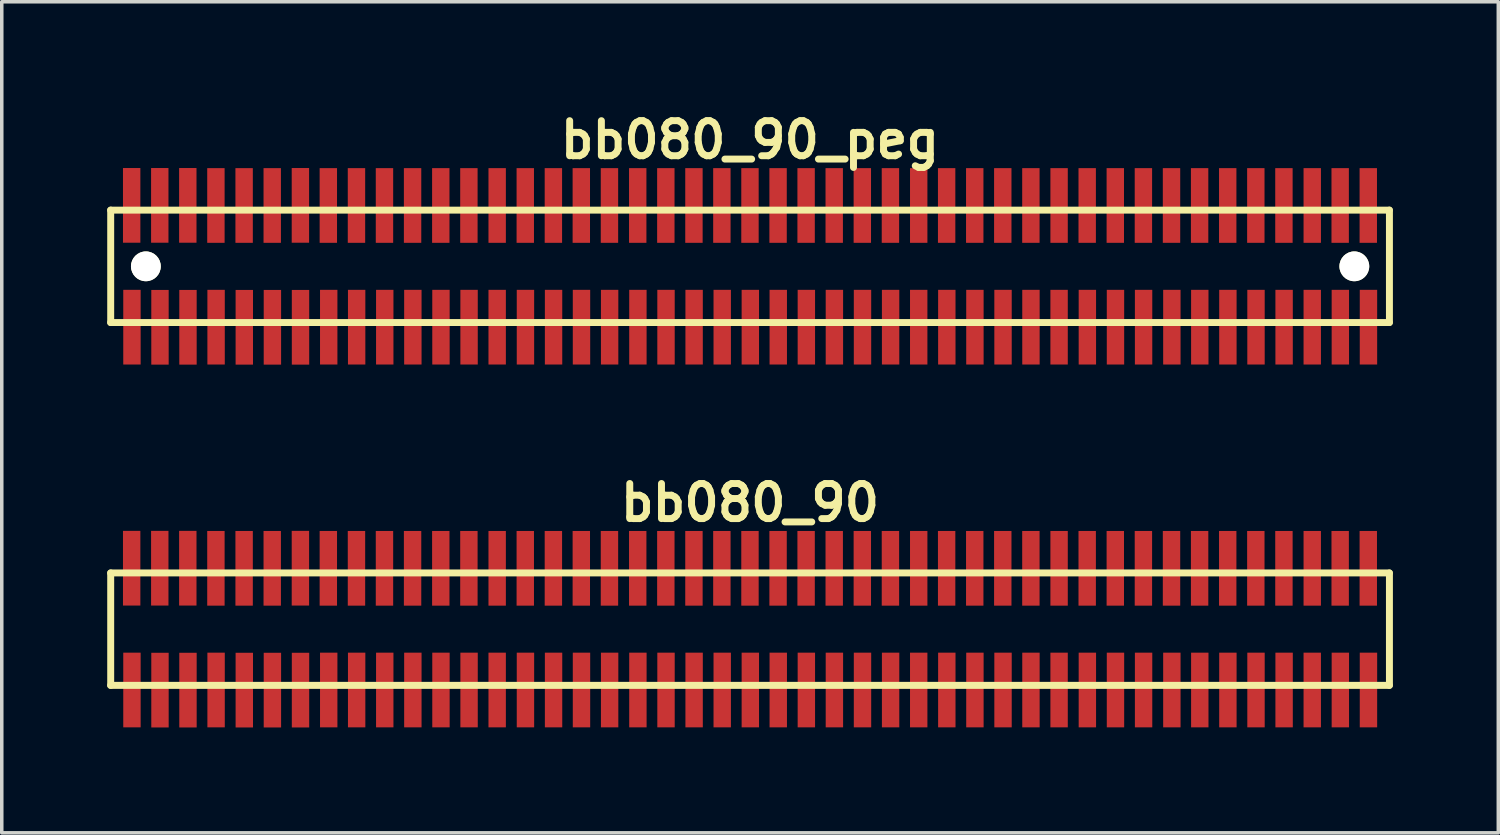
<source format=kicad_pcb>
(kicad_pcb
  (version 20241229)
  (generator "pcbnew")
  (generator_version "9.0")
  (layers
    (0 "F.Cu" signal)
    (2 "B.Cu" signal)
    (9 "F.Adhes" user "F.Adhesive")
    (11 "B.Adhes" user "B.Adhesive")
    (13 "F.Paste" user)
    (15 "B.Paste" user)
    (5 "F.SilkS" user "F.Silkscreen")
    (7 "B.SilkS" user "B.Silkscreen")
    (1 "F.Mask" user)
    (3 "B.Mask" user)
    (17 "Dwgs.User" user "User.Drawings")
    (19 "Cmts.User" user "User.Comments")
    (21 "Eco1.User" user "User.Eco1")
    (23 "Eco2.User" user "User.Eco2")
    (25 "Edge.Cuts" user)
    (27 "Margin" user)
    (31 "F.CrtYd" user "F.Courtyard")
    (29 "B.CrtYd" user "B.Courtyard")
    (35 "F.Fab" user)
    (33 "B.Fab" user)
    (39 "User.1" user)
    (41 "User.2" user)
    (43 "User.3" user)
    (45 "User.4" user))
  (footprint "bb080_90_peg"
    (layer "F.Cu")
    (at 18.298 4.531)
    (property "Reference" "bb080_90_peg" (at 0 -3.599 0) (layer "F.SilkS") (effects (font (size 0.998 0.998) (thickness 0.198))))
    (attr through_hole)
    (fp_line (start -18.199 -1.6) (end 18.199 -1.6) (stroke (width 0.198) (type solid)) (layer "F.SilkS"))
    (fp_line (start -18.197 -1.6) (end -18.197 1.6) (stroke (width 0.198) (type solid)) (layer "F.SilkS"))
    (fp_line (start 18.199 1.6) (end -18.199 1.6) (stroke (width 0.198) (type solid)) (layer "F.SilkS"))
    (fp_line (start 18.202 1.6) (end 18.202 -1.6) (stroke (width 0.198) (type solid)) (layer "F.SilkS"))
    (pad "" np_thru_hole circle (at -17.196 0) (size 0.848 0.848) (drill 0.848) (layers "*.Cu" "*.Mask" "F.SilkS"))
    (pad "" np_thru_hole circle (at 17.203 0) (size 0.848 0.848) (drill 0.848) (layers "*.Cu" "*.Mask" "F.SilkS"))
    (pad "1" smd rect (at -17.592 1.732) (size 0.495 2.126) (layers "F.Cu" "F.Mask" "F.Paste"))
    (pad "2" smd rect (at -17.6 -1.735) (size 0.495 2.126) (layers "F.Cu" "F.Mask" "F.Paste"))
    (pad "3" smd rect (at -16.794 1.735) (size 0.495 2.126) (layers "F.Cu" "F.Mask" "F.Paste"))
    (pad "4" smd rect (at -16.8 -1.735) (size 0.495 2.126) (layers "F.Cu" "F.Mask" "F.Paste"))
    (pad "5" smd rect (at -15.997 1.735) (size 0.495 2.126) (layers "F.Cu" "F.Mask" "F.Paste"))
    (pad "6" smd rect (at -16.002 -1.735) (size 0.495 2.126) (layers "F.Cu" "F.Mask" "F.Paste"))
    (pad "7" smd rect (at -15.197 1.732) (size 0.495 2.126) (layers "F.Cu" "F.Mask" "F.Paste"))
    (pad "8" smd rect (at -15.202 -1.732) (size 0.495 2.126) (layers "F.Cu" "F.Mask" "F.Paste"))
    (pad "9" smd rect (at -14.394 1.735) (size 0.495 2.126) (layers "F.Cu" "F.Mask" "F.Paste"))
    (pad "10" smd rect (at -14.399 -1.732) (size 0.495 2.126) (layers "F.Cu" "F.Mask" "F.Paste"))
    (pad "11" smd rect (at -13.594 1.735) (size 0.495 2.126) (layers "F.Cu" "F.Mask" "F.Paste"))
    (pad "12" smd rect (at -13.599 -1.732) (size 0.495 2.126) (layers "F.Cu" "F.Mask" "F.Paste"))
    (pad "13" smd rect (at -12.794 1.735) (size 0.495 2.126) (layers "F.Cu" "F.Mask" "F.Paste"))
    (pad "14" smd rect (at -12.797 -1.735) (size 0.495 2.126) (layers "F.Cu" "F.Mask" "F.Paste"))
    (pad "15" smd rect (at -11.991 1.732) (size 0.495 2.126) (layers "F.Cu" "F.Mask" "F.Paste"))
    (pad "16" smd rect (at -12.002 -1.732) (size 0.495 2.126) (layers "F.Cu" "F.Mask" "F.Paste"))
    (pad "17" smd rect (at -11.196 1.732) (size 0.495 2.126) (layers "F.Cu" "F.Mask" "F.Paste"))
    (pad "18" smd rect (at -11.201 -1.732) (size 0.495 2.126) (layers "F.Cu" "F.Mask" "F.Paste"))
    (pad "19" smd rect (at -10.396 1.732) (size 0.495 2.126) (layers "F.Cu" "F.Mask" "F.Paste"))
    (pad "20" smd rect (at -10.404 -1.732) (size 0.495 2.126) (layers "F.Cu" "F.Mask" "F.Paste"))
    (pad "21" smd rect (at -9.596 1.732) (size 0.495 2.126) (layers "F.Cu" "F.Mask" "F.Paste"))
    (pad "22" smd rect (at -9.604 -1.732) (size 0.495 2.126) (layers "F.Cu" "F.Mask" "F.Paste"))
    (pad "23" smd rect (at -8.796 1.732) (size 0.495 2.126) (layers "F.Cu" "F.Mask" "F.Paste"))
    (pad "24" smd rect (at -8.801 -1.732) (size 0.495 2.126) (layers "F.Cu" "F.Mask" "F.Paste"))
    (pad "25" smd rect (at -7.996 1.732) (size 0.495 2.126) (layers "F.Cu" "F.Mask" "F.Paste"))
    (pad "26" smd rect (at -8.001 -1.732) (size 0.495 2.126) (layers "F.Cu" "F.Mask" "F.Paste"))
    (pad "27" smd rect (at -7.196 1.732) (size 0.495 2.126) (layers "F.Cu" "F.Mask" "F.Paste"))
    (pad "28" smd rect (at -7.196 -1.732) (size 0.495 2.126) (layers "F.Cu" "F.Mask" "F.Paste"))
    (pad "29" smd rect (at -6.391 1.732) (size 0.495 2.126) (layers "F.Cu" "F.Mask" "F.Paste"))
    (pad "30" smd rect (at -6.396 -1.732) (size 0.495 2.126) (layers "F.Cu" "F.Mask" "F.Paste"))
    (pad "31" smd rect (at -5.591 1.732) (size 0.495 2.126) (layers "F.Cu" "F.Mask" "F.Paste"))
    (pad "32" smd rect (at -5.596 -1.732) (size 0.495 2.126) (layers "F.Cu" "F.Mask" "F.Paste"))
    (pad "33" smd rect (at -4.796 1.732) (size 0.495 2.126) (layers "F.Cu" "F.Mask" "F.Paste"))
    (pad "34" smd rect (at -4.801 -1.732) (size 0.495 2.126) (layers "F.Cu" "F.Mask" "F.Paste"))
    (pad "35" smd rect (at -3.995 1.732) (size 0.495 2.126) (layers "F.Cu" "F.Mask" "F.Paste"))
    (pad "36" smd rect (at -4 -1.732) (size 0.495 2.126) (layers "F.Cu" "F.Mask" "F.Paste"))
    (pad "37" smd rect (at -3.19 1.732) (size 0.495 2.126) (layers "F.Cu" "F.Mask" "F.Paste"))
    (pad "38" smd rect (at -3.195 -1.732) (size 0.495 2.126) (layers "F.Cu" "F.Mask" "F.Paste"))
    (pad "39" smd rect (at -2.39 1.732) (size 0.495 2.126) (layers "F.Cu" "F.Mask" "F.Paste"))
    (pad "40" smd rect (at -2.395 -1.732) (size 0.495 2.126) (layers "F.Cu" "F.Mask" "F.Paste"))
    (pad "41" smd rect (at -1.59 1.732) (size 0.495 2.126) (layers "F.Cu" "F.Mask" "F.Paste"))
    (pad "42" smd rect (at -1.595 -1.732) (size 0.495 2.126) (layers "F.Cu" "F.Mask" "F.Paste"))
    (pad "43" smd rect (at -0.79 1.732) (size 0.495 2.126) (layers "F.Cu" "F.Mask" "F.Paste"))
    (pad "44" smd rect (at -0.8 -1.732) (size 0.495 2.126) (layers "F.Cu" "F.Mask" "F.Paste"))
    (pad "45" smd rect (at 0.01 1.732) (size 0.495 2.126) (layers "F.Cu" "F.Mask" "F.Paste"))
    (pad "46" smd rect (at 0 -1.732) (size 0.495 2.126) (layers "F.Cu" "F.Mask" "F.Paste"))
    (pad "47" smd rect (at 0.805 1.732) (size 0.495 2.126) (layers "F.Cu" "F.Mask" "F.Paste"))
    (pad "48" smd rect (at 0.8 -1.732) (size 0.495 2.126) (layers "F.Cu" "F.Mask" "F.Paste"))
    (pad "49" smd rect (at 1.605 1.732) (size 0.495 2.126) (layers "F.Cu" "F.Mask" "F.Paste"))
    (pad "50" smd rect (at 1.598 -1.732) (size 0.495 2.126) (layers "F.Cu" "F.Mask" "F.Paste"))
    (pad "51" smd rect (at 2.403 1.732) (size 0.495 2.126) (layers "F.Cu" "F.Mask" "F.Paste"))
    (pad "52" smd rect (at 2.398 -1.732) (size 0.495 2.126) (layers "F.Cu" "F.Mask" "F.Paste"))
    (pad "53" smd rect (at 3.203 1.732) (size 0.495 2.126) (layers "F.Cu" "F.Mask" "F.Paste"))
    (pad "54" smd rect (at 3.198 -1.732) (size 0.495 2.126) (layers "F.Cu" "F.Mask" "F.Paste"))
    (pad "55" smd rect (at 4.003 1.732) (size 0.495 2.126) (layers "F.Cu" "F.Mask" "F.Paste"))
    (pad "56" smd rect (at 3.998 -1.732) (size 0.495 2.126) (layers "F.Cu" "F.Mask" "F.Paste"))
    (pad "57" smd rect (at 4.803 1.732) (size 0.495 2.126) (layers "F.Cu" "F.Mask" "F.Paste"))
    (pad "58" smd rect (at 4.803 -1.732) (size 0.495 2.126) (layers "F.Cu" "F.Mask" "F.Paste"))
    (pad "59" smd rect (at 5.603 1.732) (size 0.495 2.126) (layers "F.Cu" "F.Mask" "F.Paste"))
    (pad "60" smd rect (at 5.598 -1.732) (size 0.495 2.126) (layers "F.Cu" "F.Mask" "F.Paste"))
    (pad "61" smd rect (at 6.403 1.732) (size 0.495 2.126) (layers "F.Cu" "F.Mask" "F.Paste"))
    (pad "62" smd rect (at 6.398 -1.732) (size 0.495 2.126) (layers "F.Cu" "F.Mask" "F.Paste"))
    (pad "63" smd rect (at 7.203 1.732) (size 0.495 2.126) (layers "F.Cu" "F.Mask" "F.Paste"))
    (pad "64" smd rect (at 7.196 -1.732) (size 0.495 2.126) (layers "F.Cu" "F.Mask" "F.Paste"))
    (pad "65" smd rect (at 7.998 1.732) (size 0.495 2.126) (layers "F.Cu" "F.Mask" "F.Paste"))
    (pad "66" smd rect (at 7.996 -1.732) (size 0.495 2.126) (layers "F.Cu" "F.Mask" "F.Paste"))
    (pad "67" smd rect (at 8.799 1.732) (size 0.495 2.126) (layers "F.Cu" "F.Mask" "F.Paste"))
    (pad "68" smd rect (at 8.799 -1.732) (size 0.495 2.126) (layers "F.Cu" "F.Mask" "F.Paste"))
    (pad "69" smd rect (at 9.604 1.732) (size 0.495 2.126) (layers "F.Cu" "F.Mask" "F.Paste"))
    (pad "70" smd rect (at 9.599 -1.732) (size 0.495 2.126) (layers "F.Cu" "F.Mask" "F.Paste"))
    (pad "71" smd rect (at 10.404 1.732) (size 0.495 2.126) (layers "F.Cu" "F.Mask" "F.Paste"))
    (pad "72" smd rect (at 10.399 -1.732) (size 0.495 2.126) (layers "F.Cu" "F.Mask" "F.Paste"))
    (pad "73" smd rect (at 11.204 1.732) (size 0.495 2.126) (layers "F.Cu" "F.Mask" "F.Paste"))
    (pad "74" smd rect (at 11.199 -1.732) (size 0.495 2.126) (layers "F.Cu" "F.Mask" "F.Paste"))
    (pad "75" smd rect (at 12.009 1.732) (size 0.495 2.126) (layers "F.Cu" "F.Mask" "F.Paste"))
    (pad "76" smd rect (at 11.999 -1.732) (size 0.495 2.126) (layers "F.Cu" "F.Mask" "F.Paste"))
    (pad "77" smd rect (at 12.804 1.732) (size 0.495 2.126) (layers "F.Cu" "F.Mask" "F.Paste"))
    (pad "78" smd rect (at 12.799 -1.732) (size 0.495 2.126) (layers "F.Cu" "F.Mask" "F.Paste"))
    (pad "79" smd rect (at 13.604 1.732) (size 0.495 2.126) (layers "F.Cu" "F.Mask" "F.Paste"))
    (pad "80" smd rect (at 13.599 -1.732) (size 0.495 2.126) (layers "F.Cu" "F.Mask" "F.Paste"))
    (pad "81" smd rect (at 14.404 1.732) (size 0.495 2.126) (layers "F.Cu" "F.Mask" "F.Paste"))
    (pad "82" smd rect (at 14.399 -1.732) (size 0.495 2.126) (layers "F.Cu" "F.Mask" "F.Paste"))
    (pad "83" smd rect (at 15.204 1.732) (size 0.495 2.126) (layers "F.Cu" "F.Mask" "F.Paste"))
    (pad "84" smd rect (at 15.199 -1.732) (size 0.495 2.126) (layers "F.Cu" "F.Mask" "F.Paste"))
    (pad "85" smd rect (at 16.005 1.732) (size 0.495 2.126) (layers "F.Cu" "F.Mask" "F.Paste"))
    (pad "86" smd rect (at 16.005 -1.732) (size 0.495 2.126) (layers "F.Cu" "F.Mask" "F.Paste"))
    (pad "87" smd rect (at 16.805 1.732) (size 0.495 2.126) (layers "F.Cu" "F.Mask" "F.Paste"))
    (pad "88" smd rect (at 16.8 -1.732) (size 0.495 2.126) (layers "F.Cu" "F.Mask" "F.Paste"))
    (pad "89" smd rect (at 17.605 1.732) (size 0.495 2.126) (layers "F.Cu" "F.Mask" "F.Paste"))
    (pad "90" smd rect (at 17.6 -1.732) (size 0.495 2.126) (layers "F.Cu" "F.Mask" "F.Paste")))
  (footprint "bb080_90"
    (layer "F.Cu")
    (at 18.298 14.859)
    (property "Reference" "bb080_90" (at 0 -3.599 0) (layer "F.SilkS") (effects (font (size 0.998 0.998) (thickness 0.198))))
    (attr through_hole)
    (fp_line (start -18.199 -1.6) (end 18.199 -1.6) (stroke (width 0.198) (type solid)) (layer "F.SilkS"))
    (fp_line (start -18.197 -1.6) (end -18.197 1.6) (stroke (width 0.198) (type solid)) (layer "F.SilkS"))
    (fp_line (start 18.199 1.6) (end -18.199 1.6) (stroke (width 0.198) (type solid)) (layer "F.SilkS"))
    (fp_line (start 18.202 1.6) (end 18.202 -1.6) (stroke (width 0.198) (type solid)) (layer "F.SilkS"))
    (pad "1" smd rect (at -17.592 1.732) (size 0.495 2.126) (layers "F.Cu" "F.Mask" "F.Paste"))
    (pad "2" smd rect (at -17.6 -1.735) (size 0.495 2.126) (layers "F.Cu" "F.Mask" "F.Paste"))
    (pad "3" smd rect (at -16.794 1.735) (size 0.495 2.126) (layers "F.Cu" "F.Mask" "F.Paste"))
    (pad "4" smd rect (at -16.8 -1.735) (size 0.495 2.126) (layers "F.Cu" "F.Mask" "F.Paste"))
    (pad "5" smd rect (at -15.997 1.735) (size 0.495 2.126) (layers "F.Cu" "F.Mask" "F.Paste"))
    (pad "6" smd rect (at -16.002 -1.735) (size 0.495 2.126) (layers "F.Cu" "F.Mask" "F.Paste"))
    (pad "7" smd rect (at -15.197 1.732) (size 0.495 2.126) (layers "F.Cu" "F.Mask" "F.Paste"))
    (pad "8" smd rect (at -15.202 -1.732) (size 0.495 2.126) (layers "F.Cu" "F.Mask" "F.Paste"))
    (pad "9" smd rect (at -14.394 1.735) (size 0.495 2.126) (layers "F.Cu" "F.Mask" "F.Paste"))
    (pad "10" smd rect (at -14.399 -1.732) (size 0.495 2.126) (layers "F.Cu" "F.Mask" "F.Paste"))
    (pad "11" smd rect (at -13.594 1.735) (size 0.495 2.126) (layers "F.Cu" "F.Mask" "F.Paste"))
    (pad "12" smd rect (at -13.599 -1.732) (size 0.495 2.126) (layers "F.Cu" "F.Mask" "F.Paste"))
    (pad "13" smd rect (at -12.794 1.735) (size 0.495 2.126) (layers "F.Cu" "F.Mask" "F.Paste"))
    (pad "14" smd rect (at -12.797 -1.735) (size 0.495 2.126) (layers "F.Cu" "F.Mask" "F.Paste"))
    (pad "15" smd rect (at -11.991 1.732) (size 0.495 2.126) (layers "F.Cu" "F.Mask" "F.Paste"))
    (pad "16" smd rect (at -12.002 -1.732) (size 0.495 2.126) (layers "F.Cu" "F.Mask" "F.Paste"))
    (pad "17" smd rect (at -11.196 1.732) (size 0.495 2.126) (layers "F.Cu" "F.Mask" "F.Paste"))
    (pad "18" smd rect (at -11.201 -1.732) (size 0.495 2.126) (layers "F.Cu" "F.Mask" "F.Paste"))
    (pad "19" smd rect (at -10.396 1.732) (size 0.495 2.126) (layers "F.Cu" "F.Mask" "F.Paste"))
    (pad "20" smd rect (at -10.404 -1.732) (size 0.495 2.126) (layers "F.Cu" "F.Mask" "F.Paste"))
    (pad "21" smd rect (at -9.596 1.732) (size 0.495 2.126) (layers "F.Cu" "F.Mask" "F.Paste"))
    (pad "22" smd rect (at -9.604 -1.732) (size 0.495 2.126) (layers "F.Cu" "F.Mask" "F.Paste"))
    (pad "23" smd rect (at -8.796 1.732) (size 0.495 2.126) (layers "F.Cu" "F.Mask" "F.Paste"))
    (pad "24" smd rect (at -8.801 -1.732) (size 0.495 2.126) (layers "F.Cu" "F.Mask" "F.Paste"))
    (pad "25" smd rect (at -7.996 1.732) (size 0.495 2.126) (layers "F.Cu" "F.Mask" "F.Paste"))
    (pad "26" smd rect (at -8.001 -1.732) (size 0.495 2.126) (layers "F.Cu" "F.Mask" "F.Paste"))
    (pad "27" smd rect (at -7.196 1.732) (size 0.495 2.126) (layers "F.Cu" "F.Mask" "F.Paste"))
    (pad "28" smd rect (at -7.196 -1.732) (size 0.495 2.126) (layers "F.Cu" "F.Mask" "F.Paste"))
    (pad "29" smd rect (at -6.391 1.732) (size 0.495 2.126) (layers "F.Cu" "F.Mask" "F.Paste"))
    (pad "30" smd rect (at -6.396 -1.732) (size 0.495 2.126) (layers "F.Cu" "F.Mask" "F.Paste"))
    (pad "31" smd rect (at -5.591 1.732) (size 0.495 2.126) (layers "F.Cu" "F.Mask" "F.Paste"))
    (pad "32" smd rect (at -5.596 -1.732) (size 0.495 2.126) (layers "F.Cu" "F.Mask" "F.Paste"))
    (pad "33" smd rect (at -4.796 1.732) (size 0.495 2.126) (layers "F.Cu" "F.Mask" "F.Paste"))
    (pad "34" smd rect (at -4.801 -1.732) (size 0.495 2.126) (layers "F.Cu" "F.Mask" "F.Paste"))
    (pad "35" smd rect (at -3.995 1.732) (size 0.495 2.126) (layers "F.Cu" "F.Mask" "F.Paste"))
    (pad "36" smd rect (at -4 -1.732) (size 0.495 2.126) (layers "F.Cu" "F.Mask" "F.Paste"))
    (pad "37" smd rect (at -3.19 1.732) (size 0.495 2.126) (layers "F.Cu" "F.Mask" "F.Paste"))
    (pad "38" smd rect (at -3.195 -1.732) (size 0.495 2.126) (layers "F.Cu" "F.Mask" "F.Paste"))
    (pad "39" smd rect (at -2.39 1.732) (size 0.495 2.126) (layers "F.Cu" "F.Mask" "F.Paste"))
    (pad "40" smd rect (at -2.395 -1.732) (size 0.495 2.126) (layers "F.Cu" "F.Mask" "F.Paste"))
    (pad "41" smd rect (at -1.59 1.732) (size 0.495 2.126) (layers "F.Cu" "F.Mask" "F.Paste"))
    (pad "42" smd rect (at -1.595 -1.732) (size 0.495 2.126) (layers "F.Cu" "F.Mask" "F.Paste"))
    (pad "43" smd rect (at -0.79 1.732) (size 0.495 2.126) (layers "F.Cu" "F.Mask" "F.Paste"))
    (pad "44" smd rect (at -0.8 -1.732) (size 0.495 2.126) (layers "F.Cu" "F.Mask" "F.Paste"))
    (pad "45" smd rect (at 0.01 1.732) (size 0.495 2.126) (layers "F.Cu" "F.Mask" "F.Paste"))
    (pad "46" smd rect (at 0 -1.732) (size 0.495 2.126) (layers "F.Cu" "F.Mask" "F.Paste"))
    (pad "47" smd rect (at 0.805 1.732) (size 0.495 2.126) (layers "F.Cu" "F.Mask" "F.Paste"))
    (pad "48" smd rect (at 0.8 -1.732) (size 0.495 2.126) (layers "F.Cu" "F.Mask" "F.Paste"))
    (pad "49" smd rect (at 1.605 1.732) (size 0.495 2.126) (layers "F.Cu" "F.Mask" "F.Paste"))
    (pad "50" smd rect (at 1.598 -1.732) (size 0.495 2.126) (layers "F.Cu" "F.Mask" "F.Paste"))
    (pad "51" smd rect (at 2.403 1.732) (size 0.495 2.126) (layers "F.Cu" "F.Mask" "F.Paste"))
    (pad "52" smd rect (at 2.398 -1.732) (size 0.495 2.126) (layers "F.Cu" "F.Mask" "F.Paste"))
    (pad "53" smd rect (at 3.203 1.732) (size 0.495 2.126) (layers "F.Cu" "F.Mask" "F.Paste"))
    (pad "54" smd rect (at 3.198 -1.732) (size 0.495 2.126) (layers "F.Cu" "F.Mask" "F.Paste"))
    (pad "55" smd rect (at 4.003 1.732) (size 0.495 2.126) (layers "F.Cu" "F.Mask" "F.Paste"))
    (pad "56" smd rect (at 3.998 -1.732) (size 0.495 2.126) (layers "F.Cu" "F.Mask" "F.Paste"))
    (pad "57" smd rect (at 4.803 1.732) (size 0.495 2.126) (layers "F.Cu" "F.Mask" "F.Paste"))
    (pad "58" smd rect (at 4.803 -1.732) (size 0.495 2.126) (layers "F.Cu" "F.Mask" "F.Paste"))
    (pad "59" smd rect (at 5.603 1.732) (size 0.495 2.126) (layers "F.Cu" "F.Mask" "F.Paste"))
    (pad "60" smd rect (at 5.598 -1.732) (size 0.495 2.126) (layers "F.Cu" "F.Mask" "F.Paste"))
    (pad "61" smd rect (at 6.403 1.732) (size 0.495 2.126) (layers "F.Cu" "F.Mask" "F.Paste"))
    (pad "62" smd rect (at 6.398 -1.732) (size 0.495 2.126) (layers "F.Cu" "F.Mask" "F.Paste"))
    (pad "63" smd rect (at 7.203 1.732) (size 0.495 2.126) (layers "F.Cu" "F.Mask" "F.Paste"))
    (pad "64" smd rect (at 7.196 -1.732) (size 0.495 2.126) (layers "F.Cu" "F.Mask" "F.Paste"))
    (pad "65" smd rect (at 7.998 1.732) (size 0.495 2.126) (layers "F.Cu" "F.Mask" "F.Paste"))
    (pad "66" smd rect (at 7.996 -1.732) (size 0.495 2.126) (layers "F.Cu" "F.Mask" "F.Paste"))
    (pad "67" smd rect (at 8.799 1.732) (size 0.495 2.126) (layers "F.Cu" "F.Mask" "F.Paste"))
    (pad "68" smd rect (at 8.799 -1.732) (size 0.495 2.126) (layers "F.Cu" "F.Mask" "F.Paste"))
    (pad "69" smd rect (at 9.604 1.732) (size 0.495 2.126) (layers "F.Cu" "F.Mask" "F.Paste"))
    (pad "70" smd rect (at 9.599 -1.732) (size 0.495 2.126) (layers "F.Cu" "F.Mask" "F.Paste"))
    (pad "71" smd rect (at 10.404 1.732) (size 0.495 2.126) (layers "F.Cu" "F.Mask" "F.Paste"))
    (pad "72" smd rect (at 10.399 -1.732) (size 0.495 2.126) (layers "F.Cu" "F.Mask" "F.Paste"))
    (pad "73" smd rect (at 11.204 1.732) (size 0.495 2.126) (layers "F.Cu" "F.Mask" "F.Paste"))
    (pad "74" smd rect (at 11.199 -1.732) (size 0.495 2.126) (layers "F.Cu" "F.Mask" "F.Paste"))
    (pad "75" smd rect (at 12.009 1.732) (size 0.495 2.126) (layers "F.Cu" "F.Mask" "F.Paste"))
    (pad "76" smd rect (at 11.999 -1.732) (size 0.495 2.126) (layers "F.Cu" "F.Mask" "F.Paste"))
    (pad "77" smd rect (at 12.804 1.732) (size 0.495 2.126) (layers "F.Cu" "F.Mask" "F.Paste"))
    (pad "78" smd rect (at 12.799 -1.732) (size 0.495 2.126) (layers "F.Cu" "F.Mask" "F.Paste"))
    (pad "79" smd rect (at 13.604 1.732) (size 0.495 2.126) (layers "F.Cu" "F.Mask" "F.Paste"))
    (pad "80" smd rect (at 13.599 -1.732) (size 0.495 2.126) (layers "F.Cu" "F.Mask" "F.Paste"))
    (pad "81" smd rect (at 14.404 1.732) (size 0.495 2.126) (layers "F.Cu" "F.Mask" "F.Paste"))
    (pad "82" smd rect (at 14.399 -1.732) (size 0.495 2.126) (layers "F.Cu" "F.Mask" "F.Paste"))
    (pad "83" smd rect (at 15.204 1.732) (size 0.495 2.126) (layers "F.Cu" "F.Mask" "F.Paste"))
    (pad "84" smd rect (at 15.199 -1.732) (size 0.495 2.126) (layers "F.Cu" "F.Mask" "F.Paste"))
    (pad "85" smd rect (at 16.005 1.732) (size 0.495 2.126) (layers "F.Cu" "F.Mask" "F.Paste"))
    (pad "86" smd rect (at 16.005 -1.732) (size 0.495 2.126) (layers "F.Cu" "F.Mask" "F.Paste"))
    (pad "87" smd rect (at 16.805 1.732) (size 0.495 2.126) (layers "F.Cu" "F.Mask" "F.Paste"))
    (pad "88" smd rect (at 16.8 -1.732) (size 0.495 2.126) (layers "F.Cu" "F.Mask" "F.Paste"))
    (pad "89" smd rect (at 17.605 1.732) (size 0.495 2.126) (layers "F.Cu" "F.Mask" "F.Paste"))
    (pad "90" smd rect (at 17.6 -1.732) (size 0.495 2.126) (layers "F.Cu" "F.Mask" "F.Paste")))
  (gr_rect
    (start -3 -3)
    (end 39.599 20.657)
    (stroke (width 0.1) (type default))
    (fill no)
    (layer "Edge.Cuts")))
</source>
